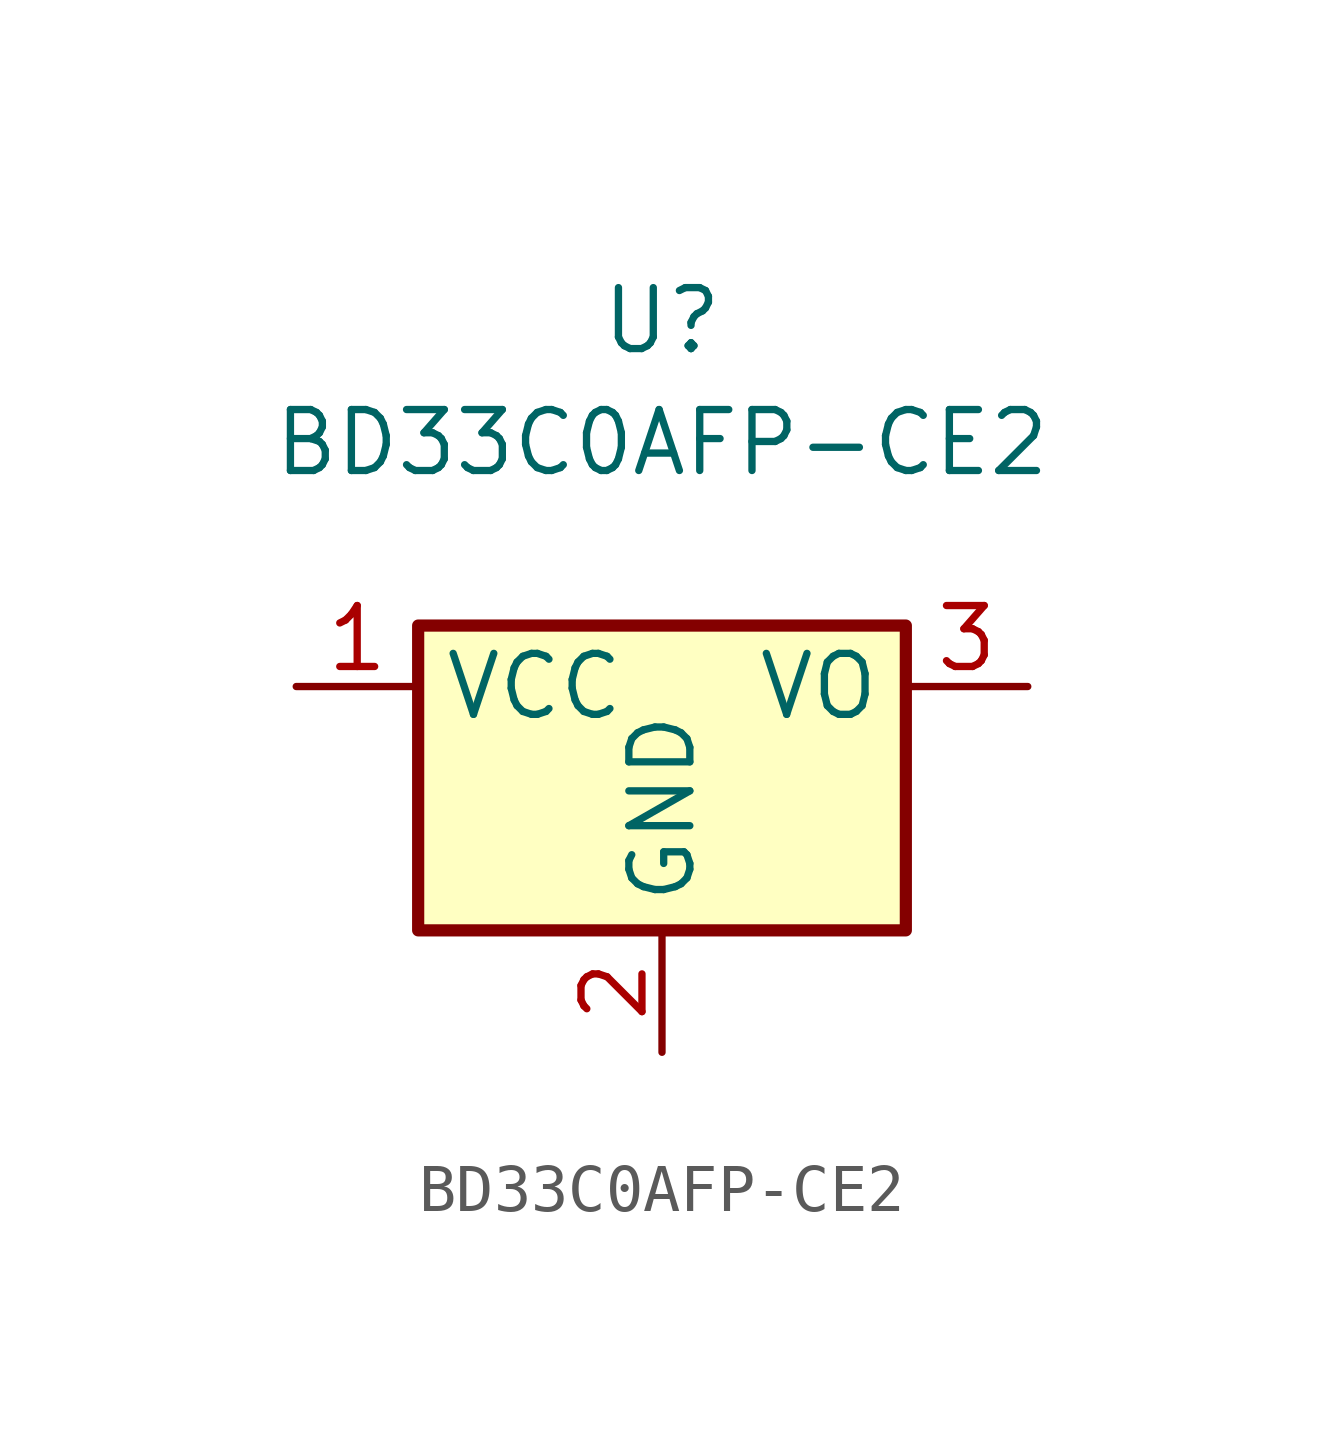
<source format=kicad_sym>
(kicad_symbol_lib
  (version 20211014)
  (generator kicad_symbol_editor)
  (symbol "BD33C0AFP-CE2"
    (property "Reference" "U"
      (at 0 7.62 0)
      (effects (font (size 1.27 1.27))))
    (property "Value" "BD33C0AFP-CE2"
      (at 0 5.08 0)
      (effects (font (size 1.27 1.27))))
    (symbol "BD33C0AFP-CE2_1_1"
      (rectangle (start -5.08 -5.08) (end 5.08 1.27) (stroke (width 0.254) (type default) (color 0 0 0 0)) (fill (type background)))
      (pin power_in line (at -7.62 0 0) (length 2.54) (name "VCC" (effects (font (size 1.27 1.27)))) (number "1" (effects (font (size 1.27 1.27)))))
      (pin power_in line (at 0 -7.62 90) (length 2.54) (name "GND" (effects (font (size 1.27 1.27)))) (number "2" (effects (font (size 1.27 1.27)))))
      (pin power_out line (at 7.62 0 180) (length 2.54) (name "VO" (effects (font (size 1.27 1.27)))) (number "3" (effects (font (size 1.27 1.27))))))))
</source>
